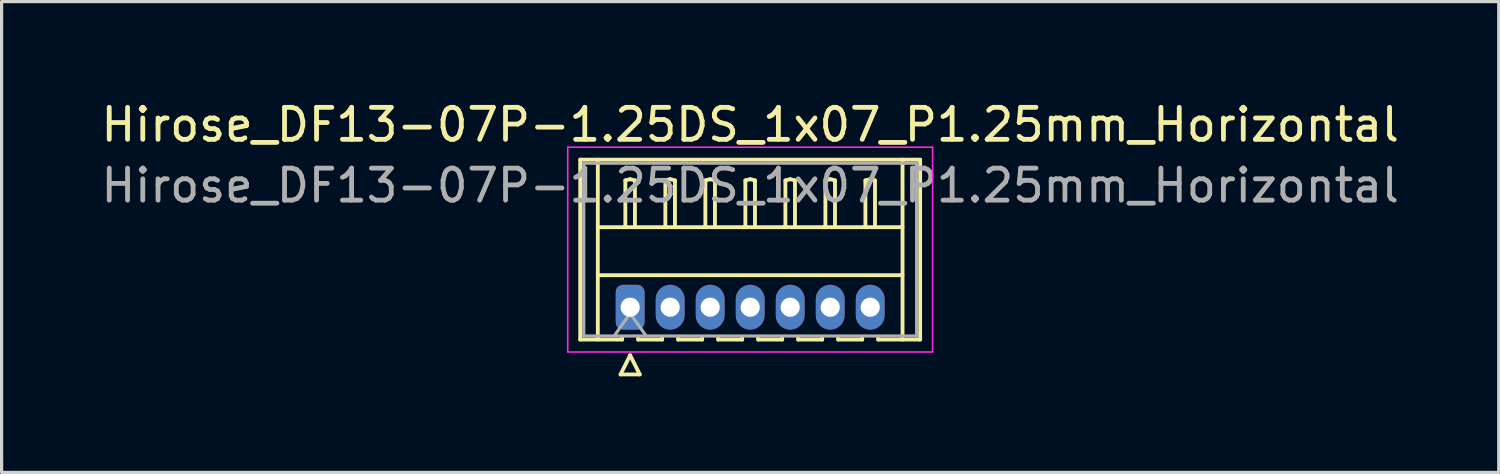
<source format=kicad_pcb>
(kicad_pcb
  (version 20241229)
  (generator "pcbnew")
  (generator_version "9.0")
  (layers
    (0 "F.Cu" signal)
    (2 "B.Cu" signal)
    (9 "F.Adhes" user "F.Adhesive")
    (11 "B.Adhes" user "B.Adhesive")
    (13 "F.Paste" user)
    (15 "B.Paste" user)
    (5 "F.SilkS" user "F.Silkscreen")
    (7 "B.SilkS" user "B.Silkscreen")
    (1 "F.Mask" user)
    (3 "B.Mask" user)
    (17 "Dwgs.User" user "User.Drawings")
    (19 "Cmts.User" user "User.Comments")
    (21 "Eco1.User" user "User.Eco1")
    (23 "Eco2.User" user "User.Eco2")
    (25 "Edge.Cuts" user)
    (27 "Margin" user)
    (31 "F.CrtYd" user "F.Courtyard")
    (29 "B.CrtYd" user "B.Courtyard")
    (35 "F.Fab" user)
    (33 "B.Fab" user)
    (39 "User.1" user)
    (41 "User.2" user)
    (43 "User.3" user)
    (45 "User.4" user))
  (footprint "Hirose_DF13-07P-1.25DS_1x07_P1.25mm_Horizontal"
    (layer "F.Cu")
    (at 16.637 6.548)
    (property "Reference" "Hirose_DF13-07P-1.25DS_1x07_P1.25mm_Horizontal" (at 3.75 -5.7 0) (layer "F.SilkS") (effects (font (size 1 1) (thickness 0.15))))
    (attr through_hole)
    (fp_line (start -1.56 -4.61) (end 9.06 -4.61) (stroke (width 0.12) (type solid)) (layer "F.SilkS"))
    (fp_line (start -1.56 1.01) (end -1.56 -4.61) (stroke (width 0.12) (type solid)) (layer "F.SilkS"))
    (fp_line (start -1.01 -4.61) (end -1.01 1.01) (stroke (width 0.12) (type solid)) (layer "F.SilkS"))
    (fp_line (start -1.01 -2.5) (end 8.51 -2.5) (stroke (width 0.12) (type solid)) (layer "F.SilkS"))
    (fp_line (start -1.01 -1) (end 8.51 -1) (stroke (width 0.12) (type solid)) (layer "F.SilkS"))
    (fp_line (start -0.3 2.1) (end 0.3 2.1) (stroke (width 0.12) (type solid)) (layer "F.SilkS"))
    (fp_line (start -0.25 0.96) (end -0.25 1.01) (stroke (width 0.12) (type solid)) (layer "F.SilkS"))
    (fp_line (start -0.25 1.01) (end -1.56 1.01) (stroke (width 0.12) (type solid)) (layer "F.SilkS"))
    (fp_line (start -0.15 -3.962) (end 0 -4) (stroke (width 0.12) (type solid)) (layer "F.SilkS"))
    (fp_line (start -0.15 -2.5) (end -0.15 -3.962) (stroke (width 0.12) (type solid)) (layer "F.SilkS"))
    (fp_line (start 0 -4) (end 0.15 -3.962) (stroke (width 0.12) (type solid)) (layer "F.SilkS"))
    (fp_line (start 0 1.5) (end -0.3 2.1) (stroke (width 0.12) (type solid)) (layer "F.SilkS"))
    (fp_line (start 0.15 -3.962) (end 0.15 -2.5) (stroke (width 0.12) (type solid)) (layer "F.SilkS"))
    (fp_line (start 0.25 0.96) (end 0.25 1.01) (stroke (width 0.12) (type solid)) (layer "F.SilkS"))
    (fp_line (start 0.25 1.01) (end 1 1.01) (stroke (width 0.12) (type solid)) (layer "F.SilkS"))
    (fp_line (start 0.3 2.1) (end 0 1.5) (stroke (width 0.12) (type solid)) (layer "F.SilkS"))
    (fp_line (start 1 1.01) (end 1 0.96) (stroke (width 0.12) (type solid)) (layer "F.SilkS"))
    (fp_line (start 1.1 -3.962) (end 1.25 -4) (stroke (width 0.12) (type solid)) (layer "F.SilkS"))
    (fp_line (start 1.1 -2.5) (end 1.1 -3.962) (stroke (width 0.12) (type solid)) (layer "F.SilkS"))
    (fp_line (start 1.25 -4) (end 1.4 -3.962) (stroke (width 0.12) (type solid)) (layer "F.SilkS"))
    (fp_line (start 1.4 -3.962) (end 1.4 -2.5) (stroke (width 0.12) (type solid)) (layer "F.SilkS"))
    (fp_line (start 1.5 0.96) (end 1.5 1.01) (stroke (width 0.12) (type solid)) (layer "F.SilkS"))
    (fp_line (start 1.5 1.01) (end 2.25 1.01) (stroke (width 0.12) (type solid)) (layer "F.SilkS"))
    (fp_line (start 2.25 1.01) (end 2.25 0.96) (stroke (width 0.12) (type solid)) (layer "F.SilkS"))
    (fp_line (start 2.35 -3.962) (end 2.5 -4) (stroke (width 0.12) (type solid)) (layer "F.SilkS"))
    (fp_line (start 2.35 -2.5) (end 2.35 -3.962) (stroke (width 0.12) (type solid)) (layer "F.SilkS"))
    (fp_line (start 2.5 -4) (end 2.65 -3.962) (stroke (width 0.12) (type solid)) (layer "F.SilkS"))
    (fp_line (start 2.65 -3.962) (end 2.65 -2.5) (stroke (width 0.12) (type solid)) (layer "F.SilkS"))
    (fp_line (start 2.75 0.96) (end 2.75 1.01) (stroke (width 0.12) (type solid)) (layer "F.SilkS"))
    (fp_line (start 2.75 1.01) (end 3.5 1.01) (stroke (width 0.12) (type solid)) (layer "F.SilkS"))
    (fp_line (start 3.5 1.01) (end 3.5 0.96) (stroke (width 0.12) (type solid)) (layer "F.SilkS"))
    (fp_line (start 3.6 -3.962) (end 3.75 -4) (stroke (width 0.12) (type solid)) (layer "F.SilkS"))
    (fp_line (start 3.6 -2.5) (end 3.6 -3.962) (stroke (width 0.12) (type solid)) (layer "F.SilkS"))
    (fp_line (start 3.75 -4) (end 3.9 -3.962) (stroke (width 0.12) (type solid)) (layer "F.SilkS"))
    (fp_line (start 3.9 -3.962) (end 3.9 -2.5) (stroke (width 0.12) (type solid)) (layer "F.SilkS"))
    (fp_line (start 4 0.96) (end 4 1.01) (stroke (width 0.12) (type solid)) (layer "F.SilkS"))
    (fp_line (start 4 1.01) (end 4.75 1.01) (stroke (width 0.12) (type solid)) (layer "F.SilkS"))
    (fp_line (start 4.75 1.01) (end 4.75 0.96) (stroke (width 0.12) (type solid)) (layer "F.SilkS"))
    (fp_line (start 4.85 -3.962) (end 5 -4) (stroke (width 0.12) (type solid)) (layer "F.SilkS"))
    (fp_line (start 4.85 -2.5) (end 4.85 -3.962) (stroke (width 0.12) (type solid)) (layer "F.SilkS"))
    (fp_line (start 5 -4) (end 5.15 -3.962) (stroke (width 0.12) (type solid)) (layer "F.SilkS"))
    (fp_line (start 5.15 -3.962) (end 5.15 -2.5) (stroke (width 0.12) (type solid)) (layer "F.SilkS"))
    (fp_line (start 5.25 0.96) (end 5.25 1.01) (stroke (width 0.12) (type solid)) (layer "F.SilkS"))
    (fp_line (start 5.25 1.01) (end 6 1.01) (stroke (width 0.12) (type solid)) (layer "F.SilkS"))
    (fp_line (start 6 1.01) (end 6 0.96) (stroke (width 0.12) (type solid)) (layer "F.SilkS"))
    (fp_line (start 6.1 -3.962) (end 6.25 -4) (stroke (width 0.12) (type solid)) (layer "F.SilkS"))
    (fp_line (start 6.1 -2.5) (end 6.1 -3.962) (stroke (width 0.12) (type solid)) (layer "F.SilkS"))
    (fp_line (start 6.25 -4) (end 6.4 -3.962) (stroke (width 0.12) (type solid)) (layer "F.SilkS"))
    (fp_line (start 6.4 -3.962) (end 6.4 -2.5) (stroke (width 0.12) (type solid)) (layer "F.SilkS"))
    (fp_line (start 6.5 0.96) (end 6.5 1.01) (stroke (width 0.12) (type solid)) (layer "F.SilkS"))
    (fp_line (start 6.5 1.01) (end 7.25 1.01) (stroke (width 0.12) (type solid)) (layer "F.SilkS"))
    (fp_line (start 7.25 1.01) (end 7.25 0.96) (stroke (width 0.12) (type solid)) (layer "F.SilkS"))
    (fp_line (start 7.35 -3.962) (end 7.5 -4) (stroke (width 0.12) (type solid)) (layer "F.SilkS"))
    (fp_line (start 7.35 -2.5) (end 7.35 -3.962) (stroke (width 0.12) (type solid)) (layer "F.SilkS"))
    (fp_line (start 7.5 -4) (end 7.65 -3.962) (stroke (width 0.12) (type solid)) (layer "F.SilkS"))
    (fp_line (start 7.65 -3.962) (end 7.65 -2.5) (stroke (width 0.12) (type solid)) (layer "F.SilkS"))
    (fp_line (start 7.75 1.01) (end 7.75 0.96) (stroke (width 0.12) (type solid)) (layer "F.SilkS"))
    (fp_line (start 8.51 -4.61) (end 8.51 1.01) (stroke (width 0.12) (type solid)) (layer "F.SilkS"))
    (fp_line (start 9.06 -4.61) (end 9.06 1.01) (stroke (width 0.12) (type solid)) (layer "F.SilkS"))
    (fp_line (start 9.06 1.01) (end 7.75 1.01) (stroke (width 0.12) (type solid)) (layer "F.SilkS"))
    (fp_line (start -1.95 -5) (end -1.95 1.4) (stroke (width 0.05) (type solid)) (layer "F.CrtYd"))
    (fp_line (start -1.95 1.4) (end 9.45 1.4) (stroke (width 0.05) (type solid)) (layer "F.CrtYd"))
    (fp_line (start 9.45 -5) (end -1.95 -5) (stroke (width 0.05) (type solid)) (layer "F.CrtYd"))
    (fp_line (start 9.45 1.4) (end 9.45 -5) (stroke (width 0.05) (type solid)) (layer "F.CrtYd"))
    (fp_line (start -1.45 -4.5) (end -1.45 0.9) (stroke (width 0.1) (type solid)) (layer "F.Fab"))
    (fp_line (start -1.45 0.9) (end 8.95 0.9) (stroke (width 0.1) (type solid)) (layer "F.Fab"))
    (fp_line (start -0.5 0.9) (end 0 0.193) (stroke (width 0.1) (type solid)) (layer "F.Fab"))
    (fp_line (start 0 0.193) (end 0.5 0.9) (stroke (width 0.1) (type solid)) (layer "F.Fab"))
    (fp_line (start 8.95 -4.5) (end -1.45 -4.5) (stroke (width 0.1) (type solid)) (layer "F.Fab"))
    (fp_line (start 8.95 0.9) (end 8.95 -4.5) (stroke (width 0.1) (type solid)) (layer "F.Fab"))
    (fp_text user "${REFERENCE}" (at 3.75 -3.8 0) (layer "F.Fab") (effects (font (size 1 1) (thickness 0.15))))
    (pad "1" thru_hole roundrect (at 0 0) (size 0.9 1.4) (drill 0.6) (layers "*.Cu" "*.Mask") (roundrect_rratio 0.25))
    (pad "2" thru_hole oval (at 1.25 0) (size 0.9 1.4) (drill 0.6) (layers "*.Cu" "*.Mask"))
    (pad "3" thru_hole oval (at 2.5 0) (size 0.9 1.4) (drill 0.6) (layers "*.Cu" "*.Mask"))
    (pad "4" thru_hole oval (at 3.75 0) (size 0.9 1.4) (drill 0.6) (layers "*.Cu" "*.Mask"))
    (pad "5" thru_hole oval (at 5 0) (size 0.9 1.4) (drill 0.6) (layers "*.Cu" "*.Mask"))
    (pad "6" thru_hole oval (at 6.25 0) (size 0.9 1.4) (drill 0.6) (layers "*.Cu" "*.Mask"))
    (pad "7" thru_hole oval (at 7.5 0) (size 0.9 1.4) (drill 0.6) (layers "*.Cu" "*.Mask")))
  (gr_rect
    (start -3 -3)
    (end 43.774 11.708)
    (stroke (width 0.1) (type default))
    (fill no)
    (layer "Edge.Cuts")))
</source>
